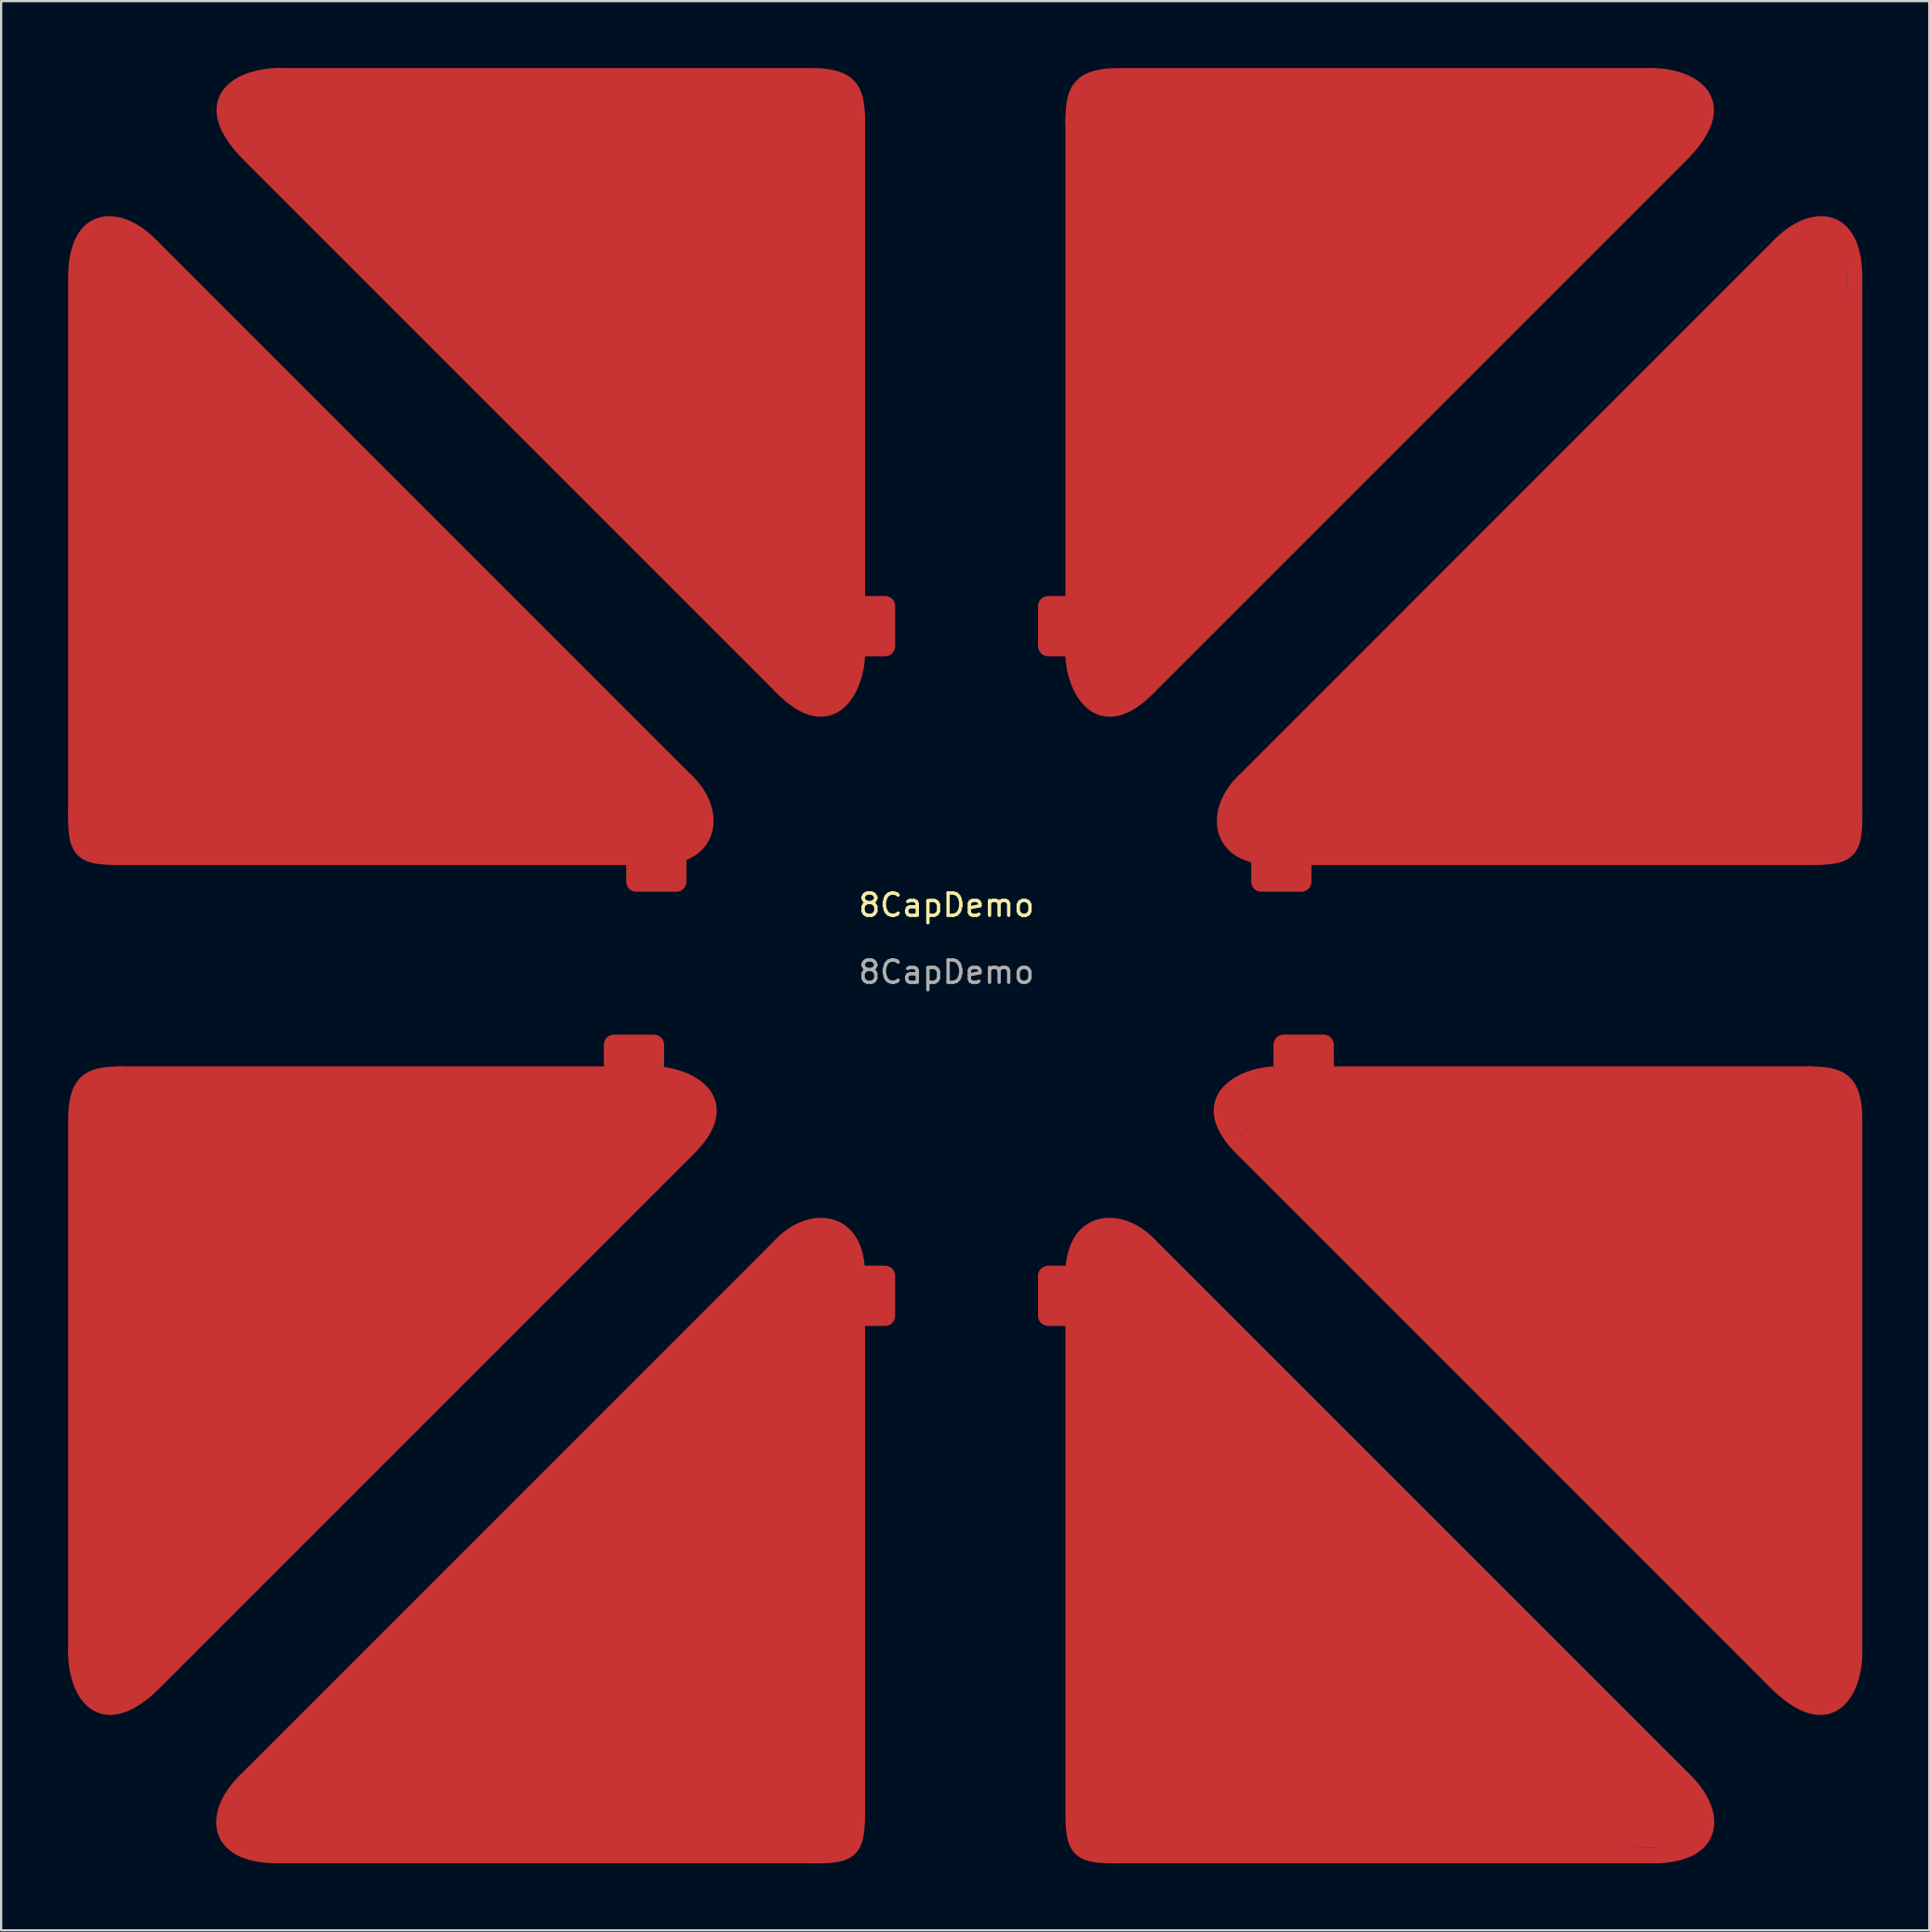
<source format=kicad_pcb>
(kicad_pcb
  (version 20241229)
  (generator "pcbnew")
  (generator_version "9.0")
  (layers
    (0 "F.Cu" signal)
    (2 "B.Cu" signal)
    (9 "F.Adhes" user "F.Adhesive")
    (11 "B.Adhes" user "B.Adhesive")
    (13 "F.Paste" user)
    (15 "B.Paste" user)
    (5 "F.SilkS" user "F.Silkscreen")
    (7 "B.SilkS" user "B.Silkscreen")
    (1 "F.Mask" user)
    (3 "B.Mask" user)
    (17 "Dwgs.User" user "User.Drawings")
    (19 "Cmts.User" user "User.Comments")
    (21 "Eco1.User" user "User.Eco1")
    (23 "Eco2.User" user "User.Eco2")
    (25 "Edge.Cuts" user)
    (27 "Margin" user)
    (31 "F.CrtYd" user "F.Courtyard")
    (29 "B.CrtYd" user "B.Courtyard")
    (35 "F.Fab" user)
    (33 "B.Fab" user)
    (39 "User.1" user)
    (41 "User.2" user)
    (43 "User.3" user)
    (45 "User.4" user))
  (footprint "8CapDemo"
    (layer "F.Cu")
    (at 39.352 37.997)
    (property "Reference" "8CapDemo" (at 0 -0.5 0) (unlocked yes) (layer "F.SilkS") (effects (font (size 1 1) (thickness 0.15))))
    (attr smd)
    (fp_line (start -38.521 31.744) (end -38.423 33.764) (stroke (width 1) (type default)) (layer "F.Cu"))
    (fp_line (start -35 33) (end -36.742 34.763) (stroke (width 1) (type default)) (layer "F.Cu"))
    (fp_line (start -34.112 -27.84) (end -36.829 -30.311) (stroke (width 1) (type default)) (layer "F.Cu"))
    (fp_line (start -30.175 38.148) (end -31.607 39.766) (stroke (width 1) (type default)) (layer "F.Cu"))
    (fp_line (start -28.959 -32.549) (end -31.601 -35.338) (stroke (width 1) (type default)) (layer "F.Cu"))
    (fp_line (start -28 8) (end -13.465 7.571) (stroke (width 1) (type default)) (layer "F.Cu"))
    (fp_line (start -27.23 41.575) (end -31.147 41.497) (stroke (width 1) (type default)) (layer "F.Cu"))
    (fp_line (start -13.465 7.571) (end -28 8) (stroke (width 1) (type default)) (layer "F.Cu"))
    (fp_line (start -13.071 7.071) (end -37 7.071) (stroke (width 0.7) (type solid)) (layer "F.Cu"))
    (fp_line (start -11.657 -6.062) (end -35.586 -29.991) (stroke (width 0.7) (type solid)) (layer "F.Cu"))
    (fp_line (start -7.414 14.728) (end -31.343 38.657) (stroke (width 0.7) (type solid)) (layer "F.Cu"))
    (fp_line (start -4 -11.718) (end -4 -35.647) (stroke (width 0.7) (type solid)) (layer "F.Cu"))
    (fp_line (start 5.677 -11.718) (end 5.677 -35.647) (stroke (width 0.7) (type solid)) (layer "F.Cu"))
    (fp_line (start 9.091 14.728) (end 33.02 38.657) (stroke (width 0.7) (type solid)) (layer "F.Cu"))
    (fp_line (start 13.245 -5.154) (end 19.028 -11.126) (stroke (width 1) (type default)) (layer "F.Cu"))
    (fp_line (start 13.334 -6.062) (end 37.262 -29.991) (stroke (width 0.7) (type solid)) (layer "F.Cu"))
    (fp_line (start 13.877 7.63) (end 26.806 7.488) (stroke (width 1) (type default)) (layer "F.Cu"))
    (fp_line (start 14.748 7.071) (end 38.677 7.071) (stroke (width 0.7) (type solid)) (layer "F.Cu"))
    (fp_line (start 29 -31) (end 30 -32) (stroke (width 1) (type default)) (layer "F.Cu"))
    (fp_line (start 30 -32) (end 33.237 -35.284) (stroke (width 1) (type default)) (layer "F.Cu"))
    (fp_line (start 33.692 -35.09) (end 29 -31) (stroke (width 0.2) (type default)) (layer "F.Cu"))
    (fp_line (start 35 -27) (end 38.646 -30.414) (stroke (width 1) (type default)) (layer "F.Cu"))
    (fp_line (start 38.444 34.764) (end 35 31) (stroke (width 1) (type default)) (layer "F.Cu"))
    (fp_line (start 40 -8) (end 40.123 -3.681) (stroke (width 1) (type default)) (layer "F.Cu"))
    (fp_poly (pts (xy -13.071 -2.647) (xy -37 -2.647) (xy -37.305 -2.65) (xy -37.579 -2.659) (xy -37.824 -2.677) (xy -38.04 -2.705) (xy -38.138 -2.724) (xy -38.23 -2.746) (xy -38.315 -2.773) (xy -38.394 -2.803) (xy -38.468 -2.837) (xy -38.535 -2.876) (xy -38.598 -2.92) (xy -38.655 -2.968) (xy -38.706 -3.022) (xy -38.753 -3.082) (xy -38.796 -3.147) (xy -38.833 -3.219) (xy -38.866 -3.297) (xy -38.896 -3.381) (xy -38.921 -3.473) (xy -38.942 -3.571) (xy -38.96 -3.677) (xy -38.974 -3.791) (xy -38.994 -4.042) (xy -39.002 -4.327) (xy -39 -4.647)) (stroke (width 0.7) (type solid)) (fill no) (layer "F.Cu"))
    (fp_poly (pts (xy -4 40.071) (xy -4.002 40.376) (xy -4.011 40.65) (xy -4.029 40.895) (xy -4.058 41.111) (xy -4.077 41.209) (xy -4.099 41.301) (xy -4.125 41.386) (xy -4.155 41.465) (xy -4.19 41.539) (xy -4.229 41.607) (xy -4.272 41.669) (xy -4.321 41.726) (xy -4.375 41.778) (xy -4.435 41.824) (xy -4.5 41.867) (xy -4.572 41.904) (xy -4.649 41.938) (xy -4.734 41.967) (xy -4.825 41.992) (xy -4.924 42.013) (xy -5.03 42.031) (xy -5.143 42.045) (xy -5.394 42.065) (xy -5.679 42.073) (xy -6 42.071) (xy -4 16.142)) (stroke (width 0.7) (type solid)) (fill no) (layer "F.Cu"))
    (fp_poly (pts (xy 7.677 42.071) (xy 7.356 42.073) (xy 7.071 42.065) (xy 6.82 42.045) (xy 6.706 42.031) (xy 6.6 42.013) (xy 6.502 41.992) (xy 6.411 41.967) (xy 6.326 41.938) (xy 6.248 41.904) (xy 6.177 41.867) (xy 6.111 41.824) (xy 6.052 41.778) (xy 5.998 41.726) (xy 5.949 41.669) (xy 5.905 41.606) (xy 5.866 41.539) (xy 5.832 41.465) (xy 5.802 41.386) (xy 5.776 41.301) (xy 5.753 41.209) (xy 5.734 41.111) (xy 5.706 40.895) (xy 5.688 40.65) (xy 5.679 40.376) (xy 5.677 40.071) (xy 5.677 16.142)) (stroke (width 0.7) (type solid)) (fill no) (layer "F.Cu"))
    (fp_poly (pts (xy 40.678 -4.327) (xy 40.67 -4.042) (xy 40.651 -3.791) (xy 40.637 -3.677) (xy 40.619 -3.571) (xy 40.597 -3.473) (xy 40.572 -3.381) (xy 40.543 -3.297) (xy 40.51 -3.219) (xy 40.472 -3.147) (xy 40.43 -3.082) (xy 40.383 -3.022) (xy 40.331 -2.968) (xy 40.274 -2.92) (xy 40.212 -2.876) (xy 40.144 -2.837) (xy 40.071 -2.803) (xy 39.992 -2.773) (xy 39.906 -2.746) (xy 39.815 -2.724) (xy 39.716 -2.705) (xy 39.5 -2.677) (xy 39.256 -2.659) (xy 38.982 -2.65) (xy 38.677 -2.647) (xy 14.748 -2.647) (xy 40.677 -4.647)) (stroke (width 0.7) (type solid)) (fill no) (layer "F.Cu"))
    (fp_poly (pts (xy -12.802 7.085) (xy -12.517 7.125) (xy -12.224 7.191) (xy -11.932 7.283) (xy -11.789 7.338) (xy -11.65 7.4) (xy -11.515 7.469) (xy -11.386 7.545) (xy -11.263 7.627) (xy -11.149 7.716) (xy -11.043 7.811) (xy -10.947 7.913) (xy -10.862 8.022) (xy -10.79 8.138) (xy -10.731 8.261) (xy -10.686 8.39) (xy -10.656 8.526) (xy -10.643 8.669) (xy -10.648 8.819) (xy -10.671 8.976) (xy -10.714 9.14) (xy -10.777 9.311) (xy -10.863 9.489) (xy -10.971 9.674) (xy -11.104 9.866) (xy -11.262 10.066) (xy -11.446 10.272) (xy -11.657 10.485) (xy -13.071 7.071)) (stroke (width 0.7) (type solid)) (fill no) (layer "F.Cu"))
    (fp_poly (pts (xy -4.014 -11.45) (xy -4.054 -11.164) (xy -4.12 -10.871) (xy -4.212 -10.579) (xy -4.267 -10.436) (xy -4.329 -10.297) (xy -4.398 -10.162) (xy -4.474 -10.033) (xy -4.556 -9.911) (xy -4.645 -9.796) (xy -4.74 -9.69) (xy -4.842 -9.595) (xy -4.951 -9.51) (xy -5.067 -9.437) (xy -5.189 -9.378) (xy -5.319 -9.333) (xy -5.455 -9.304) (xy -5.598 -9.291) (xy -5.748 -9.295) (xy -5.905 -9.318) (xy -6.069 -9.361) (xy -6.24 -9.425) (xy -6.418 -9.51) (xy -6.603 -9.619) (xy -6.795 -9.751) (xy -6.994 -9.909) (xy -7.201 -10.093) (xy -7.414 -10.304) (xy -4 -11.718)) (stroke (width 0.7) (type solid)) (fill no) (layer "F.Cu"))
    (fp_poly (pts (xy 9.091 -10.304) (xy 8.877 -10.093) (xy 8.671 -9.909) (xy 8.472 -9.751) (xy 8.28 -9.619) (xy 8.095 -9.51) (xy 7.917 -9.425) (xy 7.746 -9.361) (xy 7.582 -9.318) (xy 7.425 -9.295) (xy 7.275 -9.291) (xy 7.132 -9.304) (xy 6.996 -9.333) (xy 6.866 -9.378) (xy 6.744 -9.437) (xy 6.628 -9.51) (xy 6.519 -9.595) (xy 6.417 -9.69) (xy 6.321 -9.796) (xy 6.232 -9.911) (xy 6.15 -10.033) (xy 6.075 -10.162) (xy 6.006 -10.297) (xy 5.944 -10.436) (xy 5.888 -10.579) (xy 5.797 -10.871) (xy 5.731 -11.164) (xy 5.691 -11.45) (xy 5.677 -11.718)) (stroke (width 0.7) (type solid)) (fill no) (layer "F.Cu"))
    (fp_poly (pts (xy 13.334 10.485) (xy 13.122 10.272) (xy 12.938 10.066) (xy 12.781 9.866) (xy 12.648 9.674) (xy 12.54 9.489) (xy 12.454 9.311) (xy 12.39 9.14) (xy 12.347 8.976) (xy 12.324 8.819) (xy 12.32 8.669) (xy 12.333 8.526) (xy 12.362 8.39) (xy 12.407 8.261) (xy 12.467 8.138) (xy 12.539 8.022) (xy 12.624 7.913) (xy 12.719 7.811) (xy 12.825 7.716) (xy 12.94 7.627) (xy 13.062 7.545) (xy 13.191 7.469) (xy 13.326 7.4) (xy 13.466 7.338) (xy 13.609 7.283) (xy 13.9 7.191) (xy 14.193 7.125) (xy 14.479 7.085) (xy 14.748 7.071)) (stroke (width 0.7) (type solid)) (fill no) (layer "F.Cu"))
    (fp_poly (pts (xy -39 33) (xy -39 9.071) (xy -38.997 8.912) (xy -38.99 8.761) (xy -38.979 8.619) (xy -38.965 8.485) (xy -38.946 8.359) (xy -38.924 8.24) (xy -38.898 8.129) (xy -38.869 8.025) (xy -38.835 7.927) (xy -38.798 7.837) (xy -38.756 7.753) (xy -38.711 7.675) (xy -38.662 7.603) (xy -38.61 7.537) (xy -38.553 7.476) (xy -38.493 7.421) (xy -38.428 7.371) (xy -38.36 7.326) (xy -38.288 7.285) (xy -38.212 7.249) (xy -38.133 7.217) (xy -38.049 7.189) (xy -37.962 7.164) (xy -37.87 7.143) (xy -37.676 7.11) (xy -37.466 7.089) (xy -37.241 7.076) (xy -37 7.071)) (stroke (width 0.7) (type solid)) (fill no) (layer "F.Cu"))
    (fp_poly (pts (xy -35.586 34.414) (xy -35.813 34.62) (xy -36.031 34.8) (xy -36.241 34.956) (xy -36.442 35.087) (xy -36.635 35.195) (xy -36.819 35.281) (xy -36.996 35.346) (xy -37.163 35.391) (xy -37.323 35.417) (xy -37.475 35.425) (xy -37.619 35.415) (xy -37.755 35.39) (xy -37.884 35.349) (xy -38.005 35.294) (xy -38.119 35.226) (xy -38.225 35.146) (xy -38.324 35.055) (xy -38.415 34.953) (xy -38.5 34.842) (xy -38.578 34.723) (xy -38.648 34.596) (xy -38.712 34.463) (xy -38.769 34.325) (xy -38.82 34.182) (xy -38.902 33.887) (xy -38.959 33.587) (xy -38.991 33.288) (xy -39 33) (xy -11.657 10.485)) (stroke (width 0.7) (type solid)) (fill no) (layer "F.Cu"))
    (fp_poly (pts (xy -7.414 -10.304) (xy -31.343 -34.233) (xy -31.549 -34.46) (xy -31.729 -34.679) (xy -31.884 -34.889) (xy -32.016 -35.09) (xy -32.124 -35.282) (xy -32.21 -35.467) (xy -32.275 -35.643) (xy -32.32 -35.811) (xy -32.346 -35.971) (xy -32.354 -36.123) (xy -32.344 -36.267) (xy -32.319 -36.403) (xy -32.278 -36.531) (xy -32.223 -36.652) (xy -32.155 -36.766) (xy -32.075 -36.872) (xy -31.984 -36.971) (xy -31.882 -37.063) (xy -31.771 -37.147) (xy -31.652 -37.225) (xy -31.525 -37.296) (xy -31.392 -37.36) (xy -31.254 -37.417) (xy -31.111 -37.468) (xy -30.816 -37.549) (xy -30.516 -37.606) (xy -30.217 -37.639) (xy -29.929 -37.647)) (stroke (width 0.7) (type solid)) (fill no) (layer "F.Cu"))
    (fp_poly (pts (xy -5.841 -37.644) (xy -5.69 -37.637) (xy -5.548 -37.627) (xy -5.414 -37.612) (xy -5.288 -37.594) (xy -5.169 -37.572) (xy -5.058 -37.546) (xy -4.953 -37.516) (xy -4.856 -37.482) (xy -4.766 -37.445) (xy -4.682 -37.404) (xy -4.604 -37.359) (xy -4.532 -37.31) (xy -4.466 -37.257) (xy -4.405 -37.2) (xy -4.35 -37.14) (xy -4.3 -37.076) (xy -4.255 -37.008) (xy -4.214 -36.936) (xy -4.178 -36.86) (xy -4.146 -36.78) (xy -4.117 -36.696) (xy -4.093 -36.609) (xy -4.072 -36.518) (xy -4.039 -36.323) (xy -4.018 -36.114) (xy -4.005 -35.888) (xy -4 -35.647) (xy -29.929 -37.647) (xy -6 -37.647)) (stroke (width 0.7) (type solid)) (fill no) (layer "F.Cu"))
    (fp_poly (pts (xy 5.677 -35.647) (xy 5.682 -35.888) (xy 5.694 -36.114) (xy 5.716 -36.323) (xy 5.749 -36.518) (xy 5.77 -36.609) (xy 5.794 -36.696) (xy 5.822 -36.78) (xy 5.854 -36.86) (xy 5.891 -36.936) (xy 5.931 -37.008) (xy 5.977 -37.076) (xy 6.027 -37.14) (xy 6.082 -37.2) (xy 6.143 -37.257) (xy 6.209 -37.31) (xy 6.28 -37.359) (xy 6.358 -37.404) (xy 6.442 -37.445) (xy 6.533 -37.482) (xy 6.63 -37.516) (xy 6.734 -37.546) (xy 6.846 -37.572) (xy 6.964 -37.594) (xy 7.091 -37.612) (xy 7.225 -37.627) (xy 7.367 -37.637) (xy 7.518 -37.644) (xy 7.677 -37.647) (xy 31.606 -37.647)) (stroke (width 0.7) (type solid)) (fill no) (layer "F.Cu"))
    (fp_poly (pts (xy 31.894 -37.639) (xy 32.192 -37.606) (xy 32.493 -37.549) (xy 32.788 -37.468) (xy 32.93 -37.417) (xy 33.069 -37.36) (xy 33.202 -37.296) (xy 33.328 -37.225) (xy 33.448 -37.147) (xy 33.559 -37.063) (xy 33.66 -36.971) (xy 33.752 -36.872) (xy 33.832 -36.766) (xy 33.9 -36.652) (xy 33.955 -36.531) (xy 33.996 -36.403) (xy 34.021 -36.267) (xy 34.03 -36.123) (xy 34.023 -35.971) (xy 33.997 -35.811) (xy 33.952 -35.643) (xy 33.887 -35.467) (xy 33.8 -35.282) (xy 33.692 -35.09) (xy 33.561 -34.889) (xy 33.406 -34.679) (xy 33.226 -34.46) (xy 33.02 -34.233) (xy 9.091 -10.304) (xy 31.606 -37.647)) (stroke (width 0.7) (type solid)) (fill no) (layer "F.Cu"))
    (fp_poly (pts (xy 38.918 7.076) (xy 39.143 7.089) (xy 39.353 7.11) (xy 39.547 7.143) (xy 39.638 7.164) (xy 39.726 7.189) (xy 39.809 7.217) (xy 39.889 7.249) (xy 39.965 7.285) (xy 40.037 7.326) (xy 40.105 7.371) (xy 40.169 7.421) (xy 40.23 7.476) (xy 40.286 7.537) (xy 40.339 7.603) (xy 40.388 7.675) (xy 40.433 7.753) (xy 40.474 7.837) (xy 40.512 7.927) (xy 40.545 8.025) (xy 40.575 8.129) (xy 40.601 8.24) (xy 40.623 8.359) (xy 40.641 8.485) (xy 40.656 8.619) (xy 40.667 8.761) (xy 40.674 8.912) (xy 40.677 9.071) (xy 40.677 33) (xy 38.677 7.071)) (stroke (width 0.7) (type solid)) (fill no) (layer "F.Cu"))
    (fp_poly (pts (xy 40.677 33) (xy 40.668 33.288) (xy 40.635 33.587) (xy 40.579 33.887) (xy 40.497 34.182) (xy 40.446 34.325) (xy 40.389 34.463) (xy 40.325 34.596) (xy 40.254 34.723) (xy 40.177 34.842) (xy 40.092 34.953) (xy 40 35.055) (xy 39.901 35.146) (xy 39.795 35.226) (xy 39.682 35.294) (xy 39.561 35.349) (xy 39.432 35.39) (xy 39.296 35.415) (xy 39.152 35.425) (xy 39 35.417) (xy 38.84 35.391) (xy 38.672 35.346) (xy 38.496 35.281) (xy 38.312 35.195) (xy 38.119 35.087) (xy 37.918 34.956) (xy 37.708 34.8) (xy 37.49 34.62) (xy 37.262 34.414) (xy 13.334 10.485)) (stroke (width 0.7) (type solid)) (fill no) (layer "F.Cu"))
    (fp_poly (pts (xy -11.534 -5.94) (xy -11.419 -5.814) (xy -11.313 -5.683) (xy -11.216 -5.549) (xy -11.128 -5.412) (xy -11.05 -5.272) (xy -10.981 -5.13) (xy -10.923 -4.987) (xy -10.874 -4.843) (xy -10.836 -4.699) (xy -10.808 -4.555) (xy -10.791 -4.412) (xy -10.786 -4.271) (xy -10.791 -4.131) (xy -10.808 -3.995) (xy -10.836 -3.862) (xy -10.877 -3.732) (xy -10.93 -3.607) (xy -10.995 -3.487) (xy -11.072 -3.373) (xy -11.163 -3.265) (xy -11.267 -3.163) (xy -11.383 -3.069) (xy -11.514 -2.983) (xy -11.658 -2.905) (xy -11.816 -2.837) (xy -11.989 -2.778) (xy -12.175 -2.729) (xy -12.377 -2.691) (xy -12.593 -2.664) (xy -12.824 -2.65) (xy -13.071 -2.647) (xy -11.657 -6.062)) (stroke (width 0.7) (type solid)) (fill no) (layer "F.Cu"))
    (fp_poly (pts (xy -5.484 13.862) (xy -5.347 13.879) (xy -5.214 13.908) (xy -5.085 13.948) (xy -4.96 14.001) (xy -4.84 14.066) (xy -4.726 14.144) (xy -4.617 14.234) (xy -4.516 14.338) (xy -4.422 14.455) (xy -4.336 14.585) (xy -4.258 14.729) (xy -4.189 14.887) (xy -4.13 15.06) (xy -4.081 15.246) (xy -4.043 15.448) (xy -4.017 15.664) (xy -4.002 15.895) (xy -4 16.142) (xy -7.414 14.728) (xy -7.293 14.605) (xy -7.166 14.49) (xy -7.036 14.384) (xy -6.902 14.287) (xy -6.764 14.199) (xy -6.624 14.121) (xy -6.482 14.053) (xy -6.339 13.994) (xy -6.195 13.945) (xy -6.051 13.907) (xy -5.907 13.879) (xy -5.764 13.862) (xy -5.623 13.857)) (stroke (width 0.7) (type solid)) (fill no) (layer "F.Cu"))
    (fp_poly (pts (xy 7.441 13.862) (xy 7.584 13.879) (xy 7.728 13.907) (xy 7.872 13.945) (xy 8.016 13.994) (xy 8.159 14.053) (xy 8.301 14.121) (xy 8.441 14.199) (xy 8.578 14.287) (xy 8.712 14.384) (xy 8.843 14.49) (xy 8.969 14.605) (xy 9.091 14.728) (xy 5.677 16.142) (xy 5.679 15.895) (xy 5.693 15.664) (xy 5.72 15.448) (xy 5.758 15.246) (xy 5.807 15.06) (xy 5.866 14.887) (xy 5.934 14.729) (xy 6.012 14.585) (xy 6.098 14.455) (xy 6.193 14.338) (xy 6.294 14.234) (xy 6.402 14.144) (xy 6.517 14.066) (xy 6.637 14.001) (xy 6.761 13.948) (xy 6.891 13.908) (xy 7.024 13.879) (xy 7.161 13.862) (xy 7.3 13.857)) (stroke (width 0.7) (type solid)) (fill no) (layer "F.Cu"))
    (fp_poly (pts (xy 14.748 -2.647) (xy 14.501 -2.65) (xy 14.27 -2.664) (xy 14.053 -2.691) (xy 13.852 -2.729) (xy 13.665 -2.778) (xy 13.493 -2.837) (xy 13.335 -2.905) (xy 13.191 -2.983) (xy 13.06 -3.069) (xy 12.943 -3.163) (xy 12.84 -3.265) (xy 12.749 -3.373) (xy 12.671 -3.487) (xy 12.606 -3.607) (xy 12.554 -3.732) (xy 12.513 -3.862) (xy 12.485 -3.995) (xy 12.468 -4.131) (xy 12.462 -4.271) (xy 12.468 -4.412) (xy 12.485 -4.555) (xy 12.513 -4.699) (xy 12.551 -4.843) (xy 12.599 -4.987) (xy 12.658 -5.13) (xy 12.727 -5.272) (xy 12.805 -5.412) (xy 12.893 -5.549) (xy 12.99 -5.683) (xy 13.096 -5.814) (xy 13.21 -5.94) (xy 13.334 -6.062)) (stroke (width 0.7) (type solid)) (fill no) (layer "F.Cu"))
    (fp_poly (pts (xy -37.316 -31.003) (xy -37.175 -30.98) (xy -37.032 -30.945) (xy -36.887 -30.899) (xy -36.741 -30.84) (xy -36.594 -30.771) (xy -36.448 -30.691) (xy -36.301 -30.599) (xy -36.155 -30.498) (xy -36.01 -30.386) (xy -35.866 -30.264) (xy -35.725 -30.132) (xy -35.586 -29.991) (xy -39 -4.647) (xy -39 -28.576) (xy -38.996 -28.844) (xy -38.98 -29.094) (xy -38.954 -29.328) (xy -38.918 -29.546) (xy -38.872 -29.747) (xy -38.816 -29.933) (xy -38.752 -30.103) (xy -38.679 -30.258) (xy -38.599 -30.397) (xy -38.511 -30.522) (xy -38.415 -30.632) (xy -38.314 -30.728) (xy -38.206 -30.809) (xy -38.092 -30.877) (xy -37.973 -30.93) (xy -37.849 -30.971) (xy -37.721 -30.998) (xy -37.589 -31.013) (xy -37.454 -31.014)) (stroke (width 0.7) (type solid)) (fill no) (layer "F.Cu"))
    (fp_poly (pts (xy -6 42.071) (xy -29.929 42.071) (xy -30.196 42.067) (xy -30.447 42.051) (xy -30.681 42.025) (xy -30.898 41.989) (xy -31.1 41.943) (xy -31.286 41.887) (xy -31.456 41.823) (xy -31.61 41.751) (xy -31.75 41.67) (xy -31.874 41.582) (xy -31.984 41.487) (xy -32.08 41.385) (xy -32.162 41.277) (xy -32.229 41.163) (xy -32.283 41.044) (xy -32.324 40.92) (xy -32.351 40.792) (xy -32.365 40.66) (xy -32.367 40.525) (xy -32.356 40.387) (xy -32.333 40.246) (xy -32.298 40.103) (xy -32.251 39.958) (xy -32.193 39.812) (xy -32.124 39.666) (xy -32.043 39.519) (xy -31.952 39.372) (xy -31.85 39.226) (xy -31.738 39.081) (xy -31.616 38.937) (xy -31.484 38.796) (xy -31.343 38.657)) (stroke (width 0.7) (type solid)) (fill no) (layer "F.Cu"))
    (fp_poly (pts (xy 33.161 38.796) (xy 33.293 38.937) (xy 33.415 39.081) (xy 33.527 39.226) (xy 33.629 39.372) (xy 33.72 39.519) (xy 33.8 39.666) (xy 33.87 39.812) (xy 33.928 39.958) (xy 33.975 40.103) (xy 34.01 40.246) (xy 34.033 40.387) (xy 34.043 40.525) (xy 34.042 40.66) (xy 34.027 40.792) (xy 34 40.92) (xy 33.96 41.044) (xy 33.906 41.163) (xy 33.838 41.277) (xy 33.757 41.385) (xy 33.661 41.487) (xy 33.551 41.582) (xy 33.426 41.67) (xy 33.287 41.75) (xy 33.132 41.823) (xy 32.962 41.887) (xy 32.777 41.943) (xy 32.575 41.989) (xy 32.357 42.025) (xy 32.123 42.051) (xy 31.873 42.067) (xy 31.606 42.071) (xy 7.677 42.071) (xy 33.02 38.657)) (stroke (width 0.7) (type solid)) (fill no) (layer "F.Cu"))
    (fp_poly (pts (xy 39.266 -31.013) (xy 39.398 -30.998) (xy 39.526 -30.971) (xy 39.65 -30.93) (xy 39.769 -30.877) (xy 39.882 -30.809) (xy 39.99 -30.728) (xy 40.092 -30.632) (xy 40.187 -30.522) (xy 40.275 -30.397) (xy 40.356 -30.258) (xy 40.429 -30.103) (xy 40.493 -29.933) (xy 40.548 -29.747) (xy 40.595 -29.546) (xy 40.631 -29.328) (xy 40.657 -29.094) (xy 40.672 -28.844) (xy 40.677 -28.576) (xy 40.677 -4.647) (xy 37.262 -29.991) (xy 37.402 -30.132) (xy 37.543 -30.264) (xy 37.687 -30.386) (xy 37.832 -30.498) (xy 37.978 -30.599) (xy 38.124 -30.691) (xy 38.271 -30.771) (xy 38.418 -30.84) (xy 38.564 -30.899) (xy 38.708 -30.945) (xy 38.851 -30.98) (xy 38.992 -31.003) (xy 39.131 -31.014)) (stroke (width 0.7) (type solid)) (fill no) (layer "F.Cu"))
    (fp_poly (pts (xy -16.417 7.528) (xy -13.465 7.571) (xy -12.209 7.63) (xy -12.095 7.668) (xy -11.984 7.712) (xy -11.877 7.763) (xy -11.775 7.819) (xy -11.678 7.879) (xy -11.586 7.944) (xy -11.5 8.013) (xy -11.42 8.085) (xy -11.348 8.159) (xy -11.284 8.236) (xy -11.228 8.314) (xy -11.181 8.394) (xy -11.144 8.474) (xy -11.129 8.513) (xy -11.116 8.553) (xy -11.107 8.593) (xy -11.1 8.632) (xy -11.095 8.671) (xy -11.094 8.71) (xy -11.095 8.745) (xy -11.099 8.784) (xy -11.105 8.825) (xy -11.113 8.868) (xy -11.123 8.913) (xy -11.135 8.96) (xy -11.149 9.008) (xy -11.164 9.057) (xy -11.181 9.107) (xy -11.199 9.156) (xy -11.219 9.205) (xy -11.24 9.254) (xy -11.262 9.302) (xy -11.285 9.348) (xy -11.308 9.392) (xy -11.332 9.435) (xy -12.517 10.705) (xy -15.395 13.638) (xy -23.982 22.249) (xy -32.597 30.785) (xy -35.509 33.624) (xy -36.742 34.763) (xy -36.855 34.817) (xy -36.961 34.864) (xy -37.062 34.903) (xy -37.158 34.935) (xy -37.248 34.96) (xy -37.333 34.977) (xy -37.415 34.987) (xy -37.492 34.99) (xy -37.565 34.985) (xy -37.6 34.98) (xy -37.634 34.973) (xy -37.668 34.964) (xy -37.701 34.953) (xy -37.733 34.941) (xy -37.764 34.927) (xy -37.825 34.893) (xy -37.884 34.851) (xy -37.941 34.802) (xy -37.997 34.746) (xy -38.097 34.639) (xy -38.143 34.59) (xy -38.185 34.54) (xy -38.205 34.513) (xy -38.224 34.486) (xy -38.243 34.457) (xy -38.26 34.425) (xy -38.277 34.392) (xy -38.294 34.355) (xy -38.31 34.316) (xy -38.325 34.273) (xy -38.339 34.227) (xy -38.353 34.176) (xy -38.366 34.12) (xy -38.379 34.06) (xy -38.391 33.995) (xy -38.402 33.924) (xy -38.413 33.847) (xy -38.423 33.764) (xy -38.443 33.578) (xy -38.46 33.362) (xy -38.475 33.114) (xy -38.489 32.831) (xy -38.501 32.511) (xy -38.512 32.149) (xy -38.521 31.744) (xy -38.529 31.292) (xy -38.536 30.792) (xy -38.542 30.239) (xy -38.552 28.966) (xy -38.559 27.45) (xy -38.565 25.67) (xy -38.575 21.222) (xy -38.588 13.284) (xy -38.573 10.891) (xy -38.533 9.313) (xy -38.461 8.372) (xy -38.411 8.086) (xy -38.349 7.892) (xy -38.275 7.77) (xy -38.188 7.696) (xy -37.972 7.608) (xy -36.757 7.552) (xy -33.835 7.513) (xy -25.138 7.488)) (stroke (width 0.333) (type solid)) (fill yes) (layer "F.Cu"))
    (fp_poly (pts (xy 7.327 14.267) (xy 7.382 14.273) (xy 7.44 14.282) (xy 7.502 14.294) (xy 7.571 14.309) (xy 7.645 14.327) (xy 7.726 14.348) (xy 7.774 14.363) (xy 7.825 14.384) (xy 7.884 14.413) (xy 7.95 14.451) (xy 8.026 14.502) (xy 8.113 14.565) (xy 8.214 14.644) (xy 8.331 14.74) (xy 8.465 14.855) (xy 8.618 14.99) (xy 8.989 15.329) (xy 9.459 15.771) (xy 10.042 16.332) (xy 10.753 17.024) (xy 11.607 17.863) (xy 12.619 18.862) (xy 13.803 20.037) (xy 16.748 22.968) (xy 20.561 26.771) (xy 29.353 35.59) (xy 32.106 38.384) (xy 33.21 39.543) (xy 33.269 39.63) (xy 33.323 39.716) (xy 33.372 39.801) (xy 33.417 39.885) (xy 33.456 39.968) (xy 33.491 40.05) (xy 33.521 40.13) (xy 33.546 40.208) (xy 33.567 40.285) (xy 33.583 40.361) (xy 33.594 40.435) (xy 33.6 40.507) (xy 33.602 40.577) (xy 33.599 40.646) (xy 33.591 40.713) (xy 33.579 40.778) (xy 33.562 40.841) (xy 33.54 40.902) (xy 33.514 40.96) (xy 33.483 41.017) (xy 33.448 41.071) (xy 33.408 41.123) (xy 33.363 41.173) (xy 33.314 41.22) (xy 33.261 41.265) (xy 33.203 41.307) (xy 33.14 41.347) (xy 33.073 41.384) (xy 33.001 41.418) (xy 32.925 41.45) (xy 32.845 41.478) (xy 32.76 41.504) (xy 32.658 41.518) (xy 32.456 41.531) (xy 31.754 41.555) (xy 29.176 41.592) (xy 25.056 41.614) (xy 19.428 41.622) (xy 6.52 41.623) (xy 6.302 41.382) (xy 6.283 41.36) (xy 6.265 41.334) (xy 6.248 41.303) (xy 6.232 41.265) (xy 6.218 41.217) (xy 6.204 41.157) (xy 6.191 41.083) (xy 6.179 40.993) (xy 6.168 40.885) (xy 6.158 40.756) (xy 6.149 40.604) (xy 6.141 40.427) (xy 6.133 40.223) (xy 6.126 39.99) (xy 6.12 39.726) (xy 6.114 39.427) (xy 6.105 38.721) (xy 6.098 37.853) (xy 6.093 36.807) (xy 6.089 35.565) (xy 6.087 34.109) (xy 6.085 32.422) (xy 6.085 28.285) (xy 6.09 20.146) (xy 6.113 17.721) (xy 6.162 16.137) (xy 6.248 15.204) (xy 6.309 14.922) (xy 6.382 14.731) (xy 6.47 14.606) (xy 6.573 14.525) (xy 6.833 14.397) (xy 6.89 14.368) (xy 6.943 14.343) (xy 6.993 14.322) (xy 7.041 14.304) (xy 7.088 14.289) (xy 7.134 14.278) (xy 7.18 14.27) (xy 7.228 14.266) (xy 7.276 14.265)) (stroke (width 0.333) (type solid)) (fill yes) (layer "F.Cu"))
    (fp_poly (pts (xy -5.58 14.253) (xy -5.534 14.258) (xy -5.488 14.268) (xy -5.441 14.281) (xy -5.39 14.299) (xy -5.337 14.321) (xy -5.278 14.347) (xy -5.214 14.378) (xy -5.173 14.398) (xy -5.132 14.422) (xy -5.09 14.449) (xy -5.047 14.479) (xy -5.005 14.511) (xy -4.962 14.545) (xy -4.921 14.581) (xy -4.88 14.618) (xy -4.84 14.657) (xy -4.802 14.697) (xy -4.766 14.737) (xy -4.731 14.778) (xy -4.699 14.818) (xy -4.67 14.859) (xy -4.644 14.899) (xy -4.621 14.938) (xy -4.603 14.973) (xy -4.587 15.011) (xy -4.571 15.057) (xy -4.557 15.11) (xy -4.543 15.174) (xy -4.53 15.25) (xy -4.518 15.34) (xy -4.507 15.447) (xy -4.497 15.573) (xy -4.488 15.718) (xy -4.471 16.08) (xy -4.457 16.547) (xy -4.446 17.138) (xy -4.437 17.867) (xy -4.43 18.751) (xy -4.425 19.807) (xy -4.421 21.051) (xy -4.417 24.166) (xy -4.416 28.228) (xy -4.42 35.54) (xy -4.446 39.42) (xy -4.472 40.424) (xy -4.511 40.992) (xy -4.564 41.264) (xy -4.634 41.382) (xy -4.851 41.623) (xy -17.817 41.612) (xy -27.23 41.575) (xy -30.035 41.54) (xy -31.147 41.497) (xy -31.147 41.497) (xy -31.184 41.485) (xy -31.221 41.471) (xy -31.295 41.438) (xy -31.37 41.398) (xy -31.443 41.352) (xy -31.514 41.301) (xy -31.583 41.245) (xy -31.649 41.185) (xy -31.711 41.122) (xy -31.769 41.057) (xy -31.821 40.991) (xy -31.867 40.923) (xy -31.906 40.856) (xy -31.938 40.789) (xy -31.951 40.757) (xy -31.962 40.724) (xy -31.97 40.693) (xy -31.976 40.662) (xy -31.98 40.632) (xy -31.981 40.602) (xy -31.979 40.535) (xy -31.973 40.466) (xy -31.959 40.393) (xy -31.935 40.315) (xy -31.901 40.23) (xy -31.853 40.135) (xy -31.789 40.027) (xy -31.708 39.905) (xy -31.607 39.766) (xy -31.484 39.609) (xy -31.338 39.431) (xy -31.166 39.23) (xy -30.965 39.003) (xy -30.735 38.749) (xy -30.472 38.465) (xy -30.175 38.148) (xy -29.842 37.798) (xy -29.47 37.412) (xy -28.602 36.52) (xy -27.556 35.457) (xy -26.314 34.204) (xy -24.86 32.743) (xy -23.177 31.057) (xy -19.058 26.941) (xy -12.525 20.428) (xy -8.711 16.666) (xy -7.582 15.583) (xy -6.843 14.905) (xy -6.398 14.541) (xy -6.15 14.396) (xy -5.978 14.334) (xy -5.905 14.309) (xy -5.839 14.289) (xy -5.78 14.273) (xy -5.725 14.262) (xy -5.674 14.254) (xy -5.626 14.251)) (stroke (width 0.333) (type solid)) (fill yes) (layer "F.Cu"))
    (fp_poly (pts (xy 35.504 7.513) (xy 38.426 7.552) (xy 39.64 7.608) (xy 39.755 7.65) (xy 39.806 7.671) (xy 39.831 7.683) (xy 39.854 7.697) (xy 39.877 7.712) (xy 39.899 7.729) (xy 39.92 7.748) (xy 39.94 7.77) (xy 39.96 7.796) (xy 39.978 7.824) (xy 39.996 7.856) (xy 40.013 7.893) (xy 40.03 7.933) (xy 40.046 7.978) (xy 40.061 8.029) (xy 40.075 8.085) (xy 40.089 8.146) (xy 40.102 8.214) (xy 40.114 8.287) (xy 40.126 8.368) (xy 40.137 8.456) (xy 40.147 8.551) (xy 40.167 8.765) (xy 40.184 9.012) (xy 40.199 9.296) (xy 40.213 9.619) (xy 40.224 9.984) (xy 40.234 10.393) (xy 40.242 10.85) (xy 40.249 11.356) (xy 40.255 11.915) (xy 40.26 12.529) (xy 40.263 13.201) (xy 40.267 14.73) (xy 40.269 16.523) (xy 40.269 20.988) (xy 40.239 30.418) (xy 40.202 32.91) (xy 40.151 33.886) (xy 40.116 33.998) (xy 40.075 34.107) (xy 40.028 34.212) (xy 39.976 34.314) (xy 39.919 34.411) (xy 39.858 34.503) (xy 39.794 34.59) (xy 39.726 34.67) (xy 39.656 34.742) (xy 39.585 34.808) (xy 39.512 34.864) (xy 39.438 34.912) (xy 39.364 34.951) (xy 39.327 34.966) (xy 39.291 34.979) (xy 39.254 34.989) (xy 39.218 34.996) (xy 39.182 35.001) (xy 39.147 35.002) (xy 39.114 35.001) (xy 39.078 34.997) (xy 39.039 34.991) (xy 38.998 34.983) (xy 38.954 34.973) (xy 38.909 34.961) (xy 38.863 34.947) (xy 38.815 34.932) (xy 38.767 34.915) (xy 38.719 34.897) (xy 38.671 34.877) (xy 38.623 34.857) (xy 38.576 34.835) (xy 38.53 34.812) (xy 38.486 34.789) (xy 38.444 34.764) (xy 38.444 34.764) (xy 34.28 30.721) (xy 25.584 22.081) (xy 16.939 13.415) (xy 12.926 9.298) (xy 12.893 9.231) (xy 12.864 9.165) (xy 12.84 9.1) (xy 12.82 9.034) (xy 12.804 8.969) (xy 12.793 8.905) (xy 12.786 8.841) (xy 12.783 8.778) (xy 12.784 8.715) (xy 12.79 8.654) (xy 12.799 8.593) (xy 12.813 8.533) (xy 12.83 8.474) (xy 12.852 8.416) (xy 12.878 8.359) (xy 12.907 8.304) (xy 12.94 8.25) (xy 12.977 8.197) (xy 13.018 8.145) (xy 13.063 8.095) (xy 13.111 8.046) (xy 13.163 7.999) (xy 13.219 7.954) (xy 13.278 7.91) (xy 13.341 7.868) (xy 13.407 7.828) (xy 13.477 7.79) (xy 13.551 7.753) (xy 13.627 7.719) (xy 13.707 7.687) (xy 13.791 7.657) (xy 13.877 7.63) (xy 15.134 7.571) (xy 18.085 7.528) (xy 26.806 7.488)) (stroke (width 0.333) (type solid)) (fill yes) (layer "F.Cu"))
    (fp_poly (pts (xy 39.217 -30.608) (xy 39.483 -30.51) (xy 39.519 -30.493) (xy 39.556 -30.474) (xy 39.593 -30.452) (xy 39.631 -30.427) (xy 39.669 -30.399) (xy 39.707 -30.37) (xy 39.744 -30.339) (xy 39.781 -30.306) (xy 39.817 -30.271) (xy 39.852 -30.236) (xy 39.885 -30.199) (xy 39.916 -30.162) (xy 39.946 -30.125) (xy 39.973 -30.088) (xy 39.997 -30.05) (xy 40.019 -30.013) (xy 40.035 -29.98) (xy 40.05 -29.941) (xy 40.065 -29.895) (xy 40.079 -29.838) (xy 40.091 -29.77) (xy 40.103 -29.689) (xy 40.125 -29.478) (xy 40.143 -29.189) (xy 40.159 -28.809) (xy 40.172 -28.321) (xy 40.183 -27.71) (xy 40.192 -26.961) (xy 40.199 -26.058) (xy 40.208 -23.732) (xy 40.212 -20.608) (xy 40.213 -16.565) (xy 40.208 -9.276) (xy 40.184 -5.332) (xy 40.159 -4.286) (xy 40.123 -3.681) (xy 40.073 -3.385) (xy 40.009 -3.267) (xy 39.989 -3.25) (xy 39.965 -3.233) (xy 39.933 -3.218) (xy 39.893 -3.203) (xy 39.842 -3.19) (xy 39.778 -3.177) (xy 39.699 -3.165) (xy 39.604 -3.154) (xy 39.49 -3.144) (xy 39.356 -3.134) (xy 39.199 -3.125) (xy 39.017 -3.117) (xy 38.571 -3.103) (xy 38.004 -3.091) (xy 37.299 -3.081) (xy 36.439 -3.073) (xy 35.41 -3.066) (xy 34.196 -3.061) (xy 31.148 -3.053) (xy 27.168 -3.047) (xy 18.115 -3.06) (xy 15.262 -3.084) (xy 14.096 -3.116) (xy 14.009 -3.134) (xy 13.925 -3.155) (xy 13.845 -3.179) (xy 13.767 -3.205) (xy 13.693 -3.233) (xy 13.622 -3.263) (xy 13.554 -3.296) (xy 13.489 -3.331) (xy 13.428 -3.368) (xy 13.37 -3.407) (xy 13.315 -3.448) (xy 13.264 -3.491) (xy 13.216 -3.537) (xy 13.172 -3.584) (xy 13.13 -3.634) (xy 13.093 -3.685) (xy 13.059 -3.738) (xy 13.028 -3.793) (xy 13.001 -3.85) (xy 12.977 -3.909) (xy 12.957 -3.969) (xy 12.941 -4.032) (xy 12.928 -4.096) (xy 12.919 -4.161) (xy 12.913 -4.228) (xy 12.911 -4.297) (xy 12.913 -4.367) (xy 12.919 -4.439) (xy 12.928 -4.513) (xy 12.941 -4.587) (xy 12.958 -4.664) (xy 12.979 -4.741) (xy 12.995 -4.785) (xy 13.02 -4.837) (xy 13.056 -4.898) (xy 13.105 -4.971) (xy 13.245 -5.154) (xy 13.453 -5.4) (xy 13.741 -5.72) (xy 14.121 -6.129) (xy 14.606 -6.638) (xy 15.208 -7.259) (xy 15.938 -8.006) (xy 16.81 -8.891) (xy 19.028 -11.126) (xy 21.957 -14.063) (xy 25.697 -17.804) (xy 33.413 -25.506) (xy 35.761 -27.817) (xy 37.338 -29.32) (xy 38.321 -30.177) (xy 38.646 -30.414) (xy 38.888 -30.552) (xy 39.071 -30.61)) (stroke (width 0.333) (type solid)) (fill yes) (layer "F.Cu"))
    (fp_poly (pts (xy -37.442 -30.614) (xy -37.403 -30.609) (xy -37.362 -30.601) (xy -37.318 -30.589) (xy -37.271 -30.573) (xy -37.22 -30.552) (xy -37.166 -30.526) (xy -37.108 -30.495) (xy -37.046 -30.458) (xy -36.979 -30.415) (xy -36.906 -30.366) (xy -36.829 -30.311) (xy -36.745 -30.249) (xy -36.656 -30.18) (xy -36.56 -30.103) (xy -36.457 -30.018) (xy -36.229 -29.824) (xy -35.971 -29.596) (xy -35.678 -29.329) (xy -35.348 -29.023) (xy -34.979 -28.675) (xy -34.568 -28.281) (xy -34.112 -27.84) (xy -33.608 -27.348) (xy -33.053 -26.805) (xy -32.446 -26.206) (xy -31.782 -25.549) (xy -30.275 -24.053) (xy -28.512 -22.296) (xy -24.126 -17.918) (xy -15.171 -8.919) (xy -12.47 -6.158) (xy -11.719 -5.37) (xy -11.428 -5.037) (xy -11.385 -4.949) (xy -11.346 -4.862) (xy -11.313 -4.777) (xy -11.286 -4.692) (xy -11.263 -4.609) (xy -11.246 -4.527) (xy -11.233 -4.447) (xy -11.226 -4.368) (xy -11.223 -4.291) (xy -11.226 -4.216) (xy -11.233 -4.142) (xy -11.245 -4.07) (xy -11.262 -4) (xy -11.284 -3.931) (xy -11.31 -3.865) (xy -11.342 -3.801) (xy -11.378 -3.739) (xy -11.418 -3.68) (xy -11.463 -3.622) (xy -11.513 -3.567) (xy -11.567 -3.515) (xy -11.626 -3.465) (xy -11.689 -3.418) (xy -11.756 -3.373) (xy -11.828 -3.331) (xy -11.904 -3.292) (xy -11.985 -3.256) (xy -12.07 -3.222) (xy -12.159 -3.192) (xy -12.252 -3.165) (xy -12.349 -3.141) (xy -12.45 -3.12) (xy -16.614 -3.049) (xy -25.174 -3.021) (xy -33.738 -3.04) (xy -37.914 -3.107) (xy -37.914 -3.107) (xy -37.962 -3.117) (xy -38.009 -3.128) (xy -38.054 -3.141) (xy -38.097 -3.156) (xy -38.137 -3.172) (xy -38.176 -3.19) (xy -38.213 -3.21) (xy -38.248 -3.231) (xy -38.28 -3.254) (xy -38.311 -3.279) (xy -38.34 -3.305) (xy -38.367 -3.334) (xy -38.392 -3.363) (xy -38.415 -3.395) (xy -38.436 -3.428) (xy -38.455 -3.463) (xy -38.476 -3.536) (xy -38.495 -3.674) (xy -38.511 -3.886) (xy -38.526 -4.178) (xy -38.549 -5.034) (xy -38.566 -6.303) (xy -38.576 -8.044) (xy -38.58 -10.318) (xy -38.573 -16.704) (xy -38.552 -23.78) (xy -38.519 -27.719) (xy -38.457 -29.477) (xy -38.41 -29.838) (xy -38.35 -30.013) (xy -38.329 -30.05) (xy -38.304 -30.088) (xy -38.277 -30.125) (xy -38.248 -30.162) (xy -38.216 -30.199) (xy -38.183 -30.236) (xy -38.148 -30.271) (xy -38.113 -30.306) (xy -38.076 -30.339) (xy -38.038 -30.37) (xy -38 -30.399) (xy -37.962 -30.427) (xy -37.925 -30.452) (xy -37.887 -30.474) (xy -37.85 -30.493) (xy -37.815 -30.51) (xy -37.678 -30.568) (xy -37.614 -30.592) (xy -37.581 -30.601) (xy -37.548 -30.608) (xy -37.514 -30.613) (xy -37.479 -30.615)) (stroke (width 0.333) (type solid)) (fill no) (layer "F.Cu"))
    (fp_poly (pts (xy -37.442 -30.614) (xy -37.403 -30.609) (xy -37.362 -30.601) (xy -37.318 -30.589) (xy -37.271 -30.573) (xy -37.22 -30.552) (xy -37.166 -30.526) (xy -37.108 -30.495) (xy -37.046 -30.458) (xy -36.979 -30.415) (xy -36.906 -30.366) (xy -36.829 -30.311) (xy -36.745 -30.249) (xy -36.656 -30.18) (xy -36.56 -30.103) (xy -36.457 -30.018) (xy -36.229 -29.824) (xy -35.971 -29.596) (xy -35.678 -29.329) (xy -35.348 -29.023) (xy -34.979 -28.675) (xy -34.568 -28.281) (xy -34.112 -27.84) (xy -33.608 -27.348) (xy -33.053 -26.805) (xy -32.446 -26.206) (xy -31.782 -25.549) (xy -30.275 -24.053) (xy -28.512 -22.296) (xy -24.126 -17.918) (xy -15.171 -8.919) (xy -12.47 -6.158) (xy -11.719 -5.37) (xy -11.428 -5.037) (xy -11.385 -4.949) (xy -11.346 -4.862) (xy -11.313 -4.777) (xy -11.286 -4.692) (xy -11.263 -4.609) (xy -11.246 -4.527) (xy -11.233 -4.447) (xy -11.226 -4.368) (xy -11.223 -4.291) (xy -11.226 -4.216) (xy -11.233 -4.142) (xy -11.245 -4.07) (xy -11.262 -4) (xy -11.284 -3.931) (xy -11.31 -3.865) (xy -11.342 -3.801) (xy -11.378 -3.739) (xy -11.418 -3.68) (xy -11.463 -3.622) (xy -11.513 -3.567) (xy -11.567 -3.515) (xy -11.626 -3.465) (xy -11.689 -3.418) (xy -11.756 -3.373) (xy -11.828 -3.331) (xy -11.904 -3.292) (xy -11.985 -3.256) (xy -12.07 -3.222) (xy -12.159 -3.192) (xy -12.252 -3.165) (xy -12.349 -3.141) (xy -12.45 -3.12) (xy -16.614 -3.049) (xy -25.174 -3.021) (xy -33.738 -3.04) (xy -37.914 -3.107) (xy -37.914 -3.107) (xy -37.962 -3.117) (xy -38.009 -3.128) (xy -38.054 -3.141) (xy -38.097 -3.156) (xy -38.137 -3.172) (xy -38.176 -3.19) (xy -38.213 -3.21) (xy -38.248 -3.231) (xy -38.28 -3.254) (xy -38.311 -3.279) (xy -38.34 -3.305) (xy -38.367 -3.334) (xy -38.392 -3.363) (xy -38.415 -3.395) (xy -38.436 -3.428) (xy -38.455 -3.463) (xy -38.476 -3.536) (xy -38.495 -3.674) (xy -38.511 -3.886) (xy -38.526 -4.178) (xy -38.549 -5.034) (xy -38.566 -6.303) (xy -38.576 -8.044) (xy -38.58 -10.318) (xy -38.573 -16.704) (xy -38.552 -23.78) (xy -38.519 -27.719) (xy -38.457 -29.477) (xy -38.41 -29.838) (xy -38.35 -30.013) (xy -38.329 -30.05) (xy -38.304 -30.088) (xy -38.277 -30.125) (xy -38.248 -30.162) (xy -38.216 -30.199) (xy -38.183 -30.236) (xy -38.148 -30.271) (xy -38.113 -30.306) (xy -38.076 -30.339) (xy -38.038 -30.37) (xy -38 -30.399) (xy -37.962 -30.427) (xy -37.925 -30.452) (xy -37.887 -30.474) (xy -37.85 -30.493) (xy -37.815 -30.51) (xy -37.678 -30.568) (xy -37.614 -30.592) (xy -37.581 -30.601) (xy -37.548 -30.608) (xy -37.514 -30.613) (xy -37.479 -30.615)) (stroke (width 0.333) (type solid)) (fill yes) (layer "F.Cu"))
    (fp_poly (pts (xy 28.306 -37.204) (xy 32.451 -37.121) (xy 32.562 -37.088) (xy 32.67 -37.051) (xy 32.773 -37.01) (xy 32.873 -36.967) (xy 32.967 -36.92) (xy 33.057 -36.87) (xy 33.142 -36.818) (xy 33.221 -36.764) (xy 33.293 -36.707) (xy 33.36 -36.649) (xy 33.419 -36.59) (xy 33.472 -36.529) (xy 33.517 -36.468) (xy 33.554 -36.406) (xy 33.582 -36.343) (xy 33.602 -36.281) (xy 33.608 -36.251) (xy 33.612 -36.217) (xy 33.614 -36.181) (xy 33.614 -36.142) (xy 33.611 -36.1) (xy 33.607 -36.056) (xy 33.601 -36.011) (xy 33.593 -35.964) (xy 33.583 -35.916) (xy 33.572 -35.867) (xy 33.559 -35.818) (xy 33.544 -35.768) (xy 33.528 -35.719) (xy 33.511 -35.67) (xy 33.492 -35.622) (xy 33.471 -35.575) (xy 33.4 -35.474) (xy 33.237 -35.284) (xy 32.633 -34.629) (xy 31.653 -33.606) (xy 30.293 -32.209) (xy 26.407 -28.27) (xy 20.934 -22.77) (xy 12.09 -13.938) (xy 9.297 -11.176) (xy 8.151 -10.071) (xy 8.039 -9.993) (xy 7.931 -9.925) (xy 7.824 -9.868) (xy 7.72 -9.821) (xy 7.669 -9.802) (xy 7.619 -9.785) (xy 7.569 -9.771) (xy 7.52 -9.759) (xy 7.472 -9.75) (xy 7.424 -9.744) (xy 7.377 -9.74) (xy 7.331 -9.739) (xy 7.285 -9.741) (xy 7.239 -9.745) (xy 7.195 -9.752) (xy 7.151 -9.762) (xy 7.108 -9.774) (xy 7.065 -9.788) (xy 7.023 -9.806) (xy 6.982 -9.826) (xy 6.941 -9.848) (xy 6.901 -9.874) (xy 6.862 -9.902) (xy 6.823 -9.932) (xy 6.785 -9.965) (xy 6.748 -10.001) (xy 6.711 -10.039) (xy 6.675 -10.08) (xy 6.675 -10.08) (xy 6.568 -10.206) (xy 6.52 -10.265) (xy 6.475 -10.326) (xy 6.433 -10.39) (xy 6.413 -10.425) (xy 6.394 -10.462) (xy 6.376 -10.501) (xy 6.358 -10.543) (xy 6.341 -10.588) (xy 6.325 -10.636) (xy 6.31 -10.689) (xy 6.295 -10.745) (xy 6.281 -10.806) (xy 6.268 -10.872) (xy 6.255 -10.943) (xy 6.243 -11.019) (xy 6.22 -11.19) (xy 6.2 -11.388) (xy 6.181 -11.614) (xy 6.165 -11.873) (xy 6.151 -12.166) (xy 6.138 -12.497) (xy 6.128 -12.868) (xy 6.118 -13.282) (xy 6.11 -13.742) (xy 6.104 -14.251) (xy 6.099 -14.811) (xy 6.091 -16.097) (xy 6.087 -17.623) (xy 6.085 -19.41) (xy 6.085 -23.858) (xy 6.085 -36.433) (xy 6.323 -36.753) (xy 6.349 -36.786) (xy 6.377 -36.819) (xy 6.407 -36.851) (xy 6.438 -36.883) (xy 6.47 -36.914) (xy 6.504 -36.944) (xy 6.538 -36.973) (xy 6.573 -37.001) (xy 6.608 -37.027) (xy 6.643 -37.052) (xy 6.677 -37.074) (xy 6.711 -37.094) (xy 6.745 -37.112) (xy 6.777 -37.127) (xy 6.808 -37.14) (xy 6.837 -37.149) (xy 10.978 -37.223) (xy 19.641 -37.24)) (stroke (width 0.333) (type solid)) (fill yes) (layer "F.Cu"))
    (fp_poly (pts (xy -4.758 -36.883) (xy -4.724 -36.84) (xy -4.691 -36.796) (xy -4.661 -36.75) (xy -4.632 -36.701) (xy -4.606 -36.65) (xy -4.581 -36.596) (xy -4.558 -36.539) (xy -4.537 -36.479) (xy -4.518 -36.415) (xy -4.499 -36.348) (xy -4.483 -36.277) (xy -4.468 -36.202) (xy -4.454 -36.122) (xy -4.441 -36.038) (xy -4.43 -35.949) (xy -4.419 -35.856) (xy -4.394 -34.631) (xy -4.378 -31.828) (xy -4.381 -23.152) (xy -4.406 -16.524) (xy -4.441 -12.875) (xy -4.469 -11.871) (xy -4.507 -11.255) (xy -4.557 -10.908) (xy -4.621 -10.713) (xy -4.665 -10.618) (xy -4.71 -10.529) (xy -4.756 -10.444) (xy -4.802 -10.364) (xy -4.849 -10.289) (xy -4.897 -10.219) (xy -4.946 -10.154) (xy -4.996 -10.093) (xy -5.046 -10.037) (xy -5.098 -9.986) (xy -5.15 -9.94) (xy -5.203 -9.899) (xy -5.257 -9.862) (xy -5.313 -9.831) (xy -5.369 -9.804) (xy -5.426 -9.781) (xy -5.484 -9.764) (xy -5.543 -9.751) (xy -5.603 -9.743) (xy -5.664 -9.74) (xy -5.726 -9.742) (xy -5.789 -9.748) (xy -5.853 -9.759) (xy -5.918 -9.775) (xy -5.985 -9.796) (xy -6.052 -9.821) (xy -6.121 -9.851) (xy -6.191 -9.886) (xy -6.262 -9.925) (xy -6.334 -9.969) (xy -6.408 -10.018) (xy -6.482 -10.071) (xy -6.482 -10.071) (xy -6.823 -10.39) (xy -7.628 -11.176) (xy -10.42 -13.938) (xy -14.438 -17.941) (xy -19.263 -22.77) (xy -25.12 -28.655) (xy -28.959 -32.549) (xy -31.085 -34.763) (xy -31.601 -35.338) (xy -31.802 -35.61) (xy -31.833 -35.684) (xy -31.861 -35.751) (xy -31.884 -35.812) (xy -31.903 -35.869) (xy -31.919 -35.92) (xy -31.931 -35.969) (xy -31.939 -36.014) (xy -31.943 -36.056) (xy -31.944 -36.097) (xy -31.941 -36.138) (xy -31.934 -36.178) (xy -31.925 -36.218) (xy -31.911 -36.26) (xy -31.894 -36.304) (xy -31.874 -36.35) (xy -31.851 -36.4) (xy -31.832 -36.433) (xy -31.81 -36.468) (xy -31.784 -36.504) (xy -31.755 -36.541) (xy -31.722 -36.579) (xy -31.686 -36.617) (xy -31.648 -36.655) (xy -31.607 -36.693) (xy -31.565 -36.73) (xy -31.521 -36.767) (xy -31.475 -36.802) (xy -31.429 -36.837) (xy -31.382 -36.869) (xy -31.334 -36.9) (xy -31.287 -36.928) (xy -31.239 -36.954) (xy -31.198 -36.975) (xy -31.156 -36.996) (xy -31.111 -37.015) (xy -31.062 -37.032) (xy -31.006 -37.049) (xy -30.939 -37.064) (xy -30.861 -37.078) (xy -30.768 -37.091) (xy -30.658 -37.103) (xy -30.529 -37.114) (xy -30.378 -37.124) (xy -30.203 -37.133) (xy -30.002 -37.142) (xy -29.771 -37.149) (xy -29.509 -37.156) (xy -29.213 -37.162) (xy -28.88 -37.167) (xy -28.51 -37.172) (xy -27.642 -37.179) (xy -26.591 -37.184) (xy -25.337 -37.188) (xy -23.86 -37.19) (xy -22.142 -37.191) (xy -17.904 -37.192) (xy -5.024 -37.192)) (stroke (width 0.333) (type solid)) (fill no) (layer "F.Cu"))
    (fp_poly (pts (xy -4.758 -36.883) (xy -4.724 -36.84) (xy -4.691 -36.796) (xy -4.661 -36.75) (xy -4.632 -36.701) (xy -4.606 -36.65) (xy -4.581 -36.596) (xy -4.558 -36.539) (xy -4.537 -36.479) (xy -4.518 -36.415) (xy -4.499 -36.348) (xy -4.483 -36.277) (xy -4.468 -36.202) (xy -4.454 -36.122) (xy -4.441 -36.038) (xy -4.43 -35.949) (xy -4.419 -35.856) (xy -4.394 -34.631) (xy -4.378 -31.828) (xy -4.381 -23.152) (xy -4.406 -16.524) (xy -4.441 -12.875) (xy -4.469 -11.871) (xy -4.507 -11.255) (xy -4.557 -10.908) (xy -4.621 -10.713) (xy -4.665 -10.618) (xy -4.71 -10.529) (xy -4.756 -10.444) (xy -4.802 -10.364) (xy -4.849 -10.289) (xy -4.897 -10.219) (xy -4.946 -10.154) (xy -4.996 -10.093) (xy -5.046 -10.037) (xy -5.098 -9.986) (xy -5.15 -9.94) (xy -5.203 -9.899) (xy -5.257 -9.862) (xy -5.313 -9.831) (xy -5.369 -9.804) (xy -5.426 -9.781) (xy -5.484 -9.764) (xy -5.543 -9.751) (xy -5.603 -9.743) (xy -5.664 -9.74) (xy -5.726 -9.742) (xy -5.789 -9.748) (xy -5.853 -9.759) (xy -5.918 -9.775) (xy -5.985 -9.796) (xy -6.052 -9.821) (xy -6.121 -9.851) (xy -6.191 -9.886) (xy -6.262 -9.925) (xy -6.334 -9.969) (xy -6.408 -10.018) (xy -6.482 -10.071) (xy -6.482 -10.071) (xy -6.823 -10.39) (xy -7.628 -11.176) (xy -10.42 -13.938) (xy -14.438 -17.941) (xy -19.263 -22.77) (xy -25.12 -28.655) (xy -28.959 -32.549) (xy -31.085 -34.763) (xy -31.601 -35.338) (xy -31.802 -35.61) (xy -31.833 -35.684) (xy -31.861 -35.751) (xy -31.884 -35.812) (xy -31.903 -35.869) (xy -31.919 -35.92) (xy -31.931 -35.969) (xy -31.939 -36.014) (xy -31.943 -36.056) (xy -31.944 -36.097) (xy -31.941 -36.138) (xy -31.934 -36.178) (xy -31.925 -36.218) (xy -31.911 -36.26) (xy -31.894 -36.304) (xy -31.874 -36.35) (xy -31.851 -36.4) (xy -31.832 -36.433) (xy -31.81 -36.468) (xy -31.784 -36.504) (xy -31.755 -36.541) (xy -31.722 -36.579) (xy -31.686 -36.617) (xy -31.648 -36.655) (xy -31.607 -36.693) (xy -31.565 -36.73) (xy -31.521 -36.767) (xy -31.475 -36.802) (xy -31.429 -36.837) (xy -31.382 -36.869) (xy -31.334 -36.9) (xy -31.287 -36.928) (xy -31.239 -36.954) (xy -31.198 -36.975) (xy -31.156 -36.996) (xy -31.111 -37.015) (xy -31.062 -37.032) (xy -31.006 -37.049) (xy -30.939 -37.064) (xy -30.861 -37.078) (xy -30.768 -37.091) (xy -30.658 -37.103) (xy -30.529 -37.114) (xy -30.378 -37.124) (xy -30.203 -37.133) (xy -30.002 -37.142) (xy -29.771 -37.149) (xy -29.509 -37.156) (xy -29.213 -37.162) (xy -28.88 -37.167) (xy -28.51 -37.172) (xy -27.642 -37.179) (xy -26.591 -37.184) (xy -25.337 -37.188) (xy -23.86 -37.19) (xy -22.142 -37.191) (xy -17.904 -37.192) (xy -5.024 -37.192)) (stroke (width 0.333) (type solid)) (fill no) (layer "F.Cu"))
    (fp_poly (pts (xy -4.758 -36.883) (xy -4.724 -36.84) (xy -4.691 -36.796) (xy -4.661 -36.75) (xy -4.632 -36.701) (xy -4.606 -36.65) (xy -4.581 -36.596) (xy -4.558 -36.539) (xy -4.537 -36.479) (xy -4.518 -36.415) (xy -4.499 -36.348) (xy -4.483 -36.277) (xy -4.468 -36.202) (xy -4.454 -36.122) (xy -4.441 -36.038) (xy -4.43 -35.949) (xy -4.419 -35.856) (xy -4.394 -34.631) (xy -4.378 -31.828) (xy -4.381 -23.152) (xy -4.406 -16.524) (xy -4.441 -12.875) (xy -4.469 -11.871) (xy -4.507 -11.255) (xy -4.557 -10.908) (xy -4.621 -10.713) (xy -4.665 -10.618) (xy -4.71 -10.529) (xy -4.756 -10.444) (xy -4.802 -10.364) (xy -4.849 -10.289) (xy -4.897 -10.219) (xy -4.946 -10.154) (xy -4.996 -10.093) (xy -5.046 -10.037) (xy -5.098 -9.986) (xy -5.15 -9.94) (xy -5.203 -9.899) (xy -5.257 -9.862) (xy -5.313 -9.831) (xy -5.369 -9.804) (xy -5.426 -9.781) (xy -5.484 -9.764) (xy -5.543 -9.751) (xy -5.603 -9.743) (xy -5.664 -9.74) (xy -5.726 -9.742) (xy -5.789 -9.748) (xy -5.853 -9.759) (xy -5.918 -9.775) (xy -5.985 -9.796) (xy -6.052 -9.821) (xy -6.121 -9.851) (xy -6.191 -9.886) (xy -6.262 -9.925) (xy -6.334 -9.969) (xy -6.408 -10.018) (xy -6.482 -10.071) (xy -6.482 -10.071) (xy -6.823 -10.39) (xy -7.628 -11.176) (xy -10.42 -13.938) (xy -14.438 -17.941) (xy -19.263 -22.77) (xy -25.12 -28.655) (xy -28.959 -32.549) (xy -31.085 -34.763) (xy -31.601 -35.338) (xy -31.802 -35.61) (xy -31.833 -35.684) (xy -31.861 -35.751) (xy -31.884 -35.812) (xy -31.903 -35.869) (xy -31.919 -35.92) (xy -31.931 -35.969) (xy -31.939 -36.014) (xy -31.943 -36.056) (xy -31.944 -36.097) (xy -31.941 -36.138) (xy -31.934 -36.178) (xy -31.925 -36.218) (xy -31.911 -36.26) (xy -31.894 -36.304) (xy -31.874 -36.35) (xy -31.851 -36.4) (xy -31.832 -36.433) (xy -31.81 -36.468) (xy -31.784 -36.504) (xy -31.755 -36.541) (xy -31.722 -36.579) (xy -31.686 -36.617) (xy -31.648 -36.655) (xy -31.607 -36.693) (xy -31.565 -36.73) (xy -31.521 -36.767) (xy -31.475 -36.802) (xy -31.429 -36.837) (xy -31.382 -36.869) (xy -31.334 -36.9) (xy -31.287 -36.928) (xy -31.239 -36.954) (xy -31.198 -36.975) (xy -31.156 -36.996) (xy -31.111 -37.015) (xy -31.062 -37.032) (xy -31.006 -37.049) (xy -30.939 -37.064) (xy -30.861 -37.078) (xy -30.768 -37.091) (xy -30.658 -37.103) (xy -30.529 -37.114) (xy -30.378 -37.124) (xy -30.203 -37.133) (xy -30.002 -37.142) (xy -29.771 -37.149) (xy -29.509 -37.156) (xy -29.213 -37.162) (xy -28.88 -37.167) (xy -28.51 -37.172) (xy -27.642 -37.179) (xy -26.591 -37.184) (xy -25.337 -37.188) (xy -23.86 -37.19) (xy -22.142 -37.191) (xy -17.904 -37.192) (xy -5.024 -37.192)) (stroke (width 0.333) (type solid)) (fill yes) (layer "F.Cu"))
    (fp_poly (pts (xy -4.758 -36.883) (xy -4.724 -36.84) (xy -4.691 -36.796) (xy -4.661 -36.75) (xy -4.632 -36.701) (xy -4.606 -36.65) (xy -4.581 -36.596) (xy -4.558 -36.539) (xy -4.537 -36.479) (xy -4.518 -36.415) (xy -4.499 -36.348) (xy -4.483 -36.277) (xy -4.468 -36.202) (xy -4.454 -36.122) (xy -4.441 -36.038) (xy -4.43 -35.949) (xy -4.419 -35.856) (xy -4.394 -34.631) (xy -4.378 -31.828) (xy -4.381 -23.152) (xy -4.406 -16.524) (xy -4.441 -12.875) (xy -4.469 -11.871) (xy -4.507 -11.255) (xy -4.557 -10.908) (xy -4.621 -10.713) (xy -4.665 -10.618) (xy -4.71 -10.529) (xy -4.756 -10.444) (xy -4.802 -10.364) (xy -4.849 -10.289) (xy -4.897 -10.219) (xy -4.946 -10.154) (xy -4.996 -10.093) (xy -5.046 -10.037) (xy -5.098 -9.986) (xy -5.15 -9.94) (xy -5.203 -9.899) (xy -5.257 -9.862) (xy -5.313 -9.831) (xy -5.369 -9.804) (xy -5.426 -9.781) (xy -5.484 -9.764) (xy -5.543 -9.751) (xy -5.603 -9.743) (xy -5.664 -9.74) (xy -5.726 -9.742) (xy -5.789 -9.748) (xy -5.853 -9.759) (xy -5.918 -9.775) (xy -5.985 -9.796) (xy -6.052 -9.821) (xy -6.121 -9.851) (xy -6.191 -9.886) (xy -6.262 -9.925) (xy -6.334 -9.969) (xy -6.408 -10.018) (xy -6.482 -10.071) (xy -6.482 -10.071) (xy -6.823 -10.39) (xy -7.628 -11.176) (xy -10.42 -13.938) (xy -14.438 -17.941) (xy -19.263 -22.77) (xy -25.12 -28.655) (xy -28.959 -32.549) (xy -31.085 -34.763) (xy -31.601 -35.338) (xy -31.802 -35.61) (xy -31.833 -35.684) (xy -31.861 -35.751) (xy -31.884 -35.812) (xy -31.903 -35.869) (xy -31.919 -35.92) (xy -31.931 -35.969) (xy -31.939 -36.014) (xy -31.943 -36.056) (xy -31.944 -36.097) (xy -31.941 -36.138) (xy -31.934 -36.178) (xy -31.925 -36.218) (xy -31.911 -36.26) (xy -31.894 -36.304) (xy -31.874 -36.35) (xy -31.851 -36.4) (xy -31.832 -36.433) (xy -31.81 -36.468) (xy -31.784 -36.504) (xy -31.755 -36.541) (xy -31.722 -36.579) (xy -31.686 -36.617) (xy -31.648 -36.655) (xy -31.607 -36.693) (xy -31.565 -36.73) (xy -31.521 -36.767) (xy -31.475 -36.802) (xy -31.429 -36.837) (xy -31.382 -36.869) (xy -31.334 -36.9) (xy -31.287 -36.928) (xy -31.239 -36.954) (xy -31.198 -36.975) (xy -31.156 -36.996) (xy -31.111 -37.015) (xy -31.062 -37.032) (xy -31.006 -37.049) (xy -30.939 -37.064) (xy -30.861 -37.078) (xy -30.768 -37.091) (xy -30.658 -37.103) (xy -30.529 -37.114) (xy -30.378 -37.124) (xy -30.203 -37.133) (xy -30.002 -37.142) (xy -29.771 -37.149) (xy -29.509 -37.156) (xy -29.213 -37.162) (xy -28.88 -37.167) (xy -28.51 -37.172) (xy -27.642 -37.179) (xy -26.591 -37.184) (xy -25.337 -37.188) (xy -23.86 -37.19) (xy -22.142 -37.191) (xy -17.904 -37.192) (xy -5.024 -37.192)) (stroke (width 0.333) (type solid)) (fill no) (layer "F.Cu"))
    (fp_text user "${REFERENCE}" (at 0 2.5 0) (unlocked yes) (layer "F.Fab") (effects (font (size 1 1) (thickness 0.15))))
    (pad "1" smd roundrect (at -3.2 -13 90) (size 2.7 1.8) (layers "F.Cu") (roundrect_rratio 0.25))
    (pad "2" smd roundrect (at 5 -13 90) (size 2.7 1.8) (layers "F.Cu") (roundrect_rratio 0.25))
    (pad "3" smd roundrect (at 15 -2) (size 2.7 1.8) (layers "F.Cu") (roundrect_rratio 0.25))
    (pad "4" smd roundrect (at 16 6.2) (size 2.7 1.8) (layers "F.Cu") (roundrect_rratio 0.25))
    (pad "5" smd roundrect (at 5 17 90) (size 2.7 1.8) (layers "F.Cu") (roundrect_rratio 0.25))
    (pad "6" smd roundrect (at -3.2 17 90) (size 2.7 1.8) (layers "F.Cu") (roundrect_rratio 0.25))
    (pad "7" smd roundrect (at -14 6.2) (size 2.7 1.8) (layers "F.Cu") (roundrect_rratio 0.25))
    (pad "8" smd roundrect (at -13 -2) (size 2.7 1.8) (layers "F.Cu") (roundrect_rratio 0.25)))
  (gr_rect
    (start -3 -3)
    (end 83.38 83.42)
    (stroke (width 0.1) (type default))
    (fill no)
    (layer "Edge.Cuts")))
</source>
